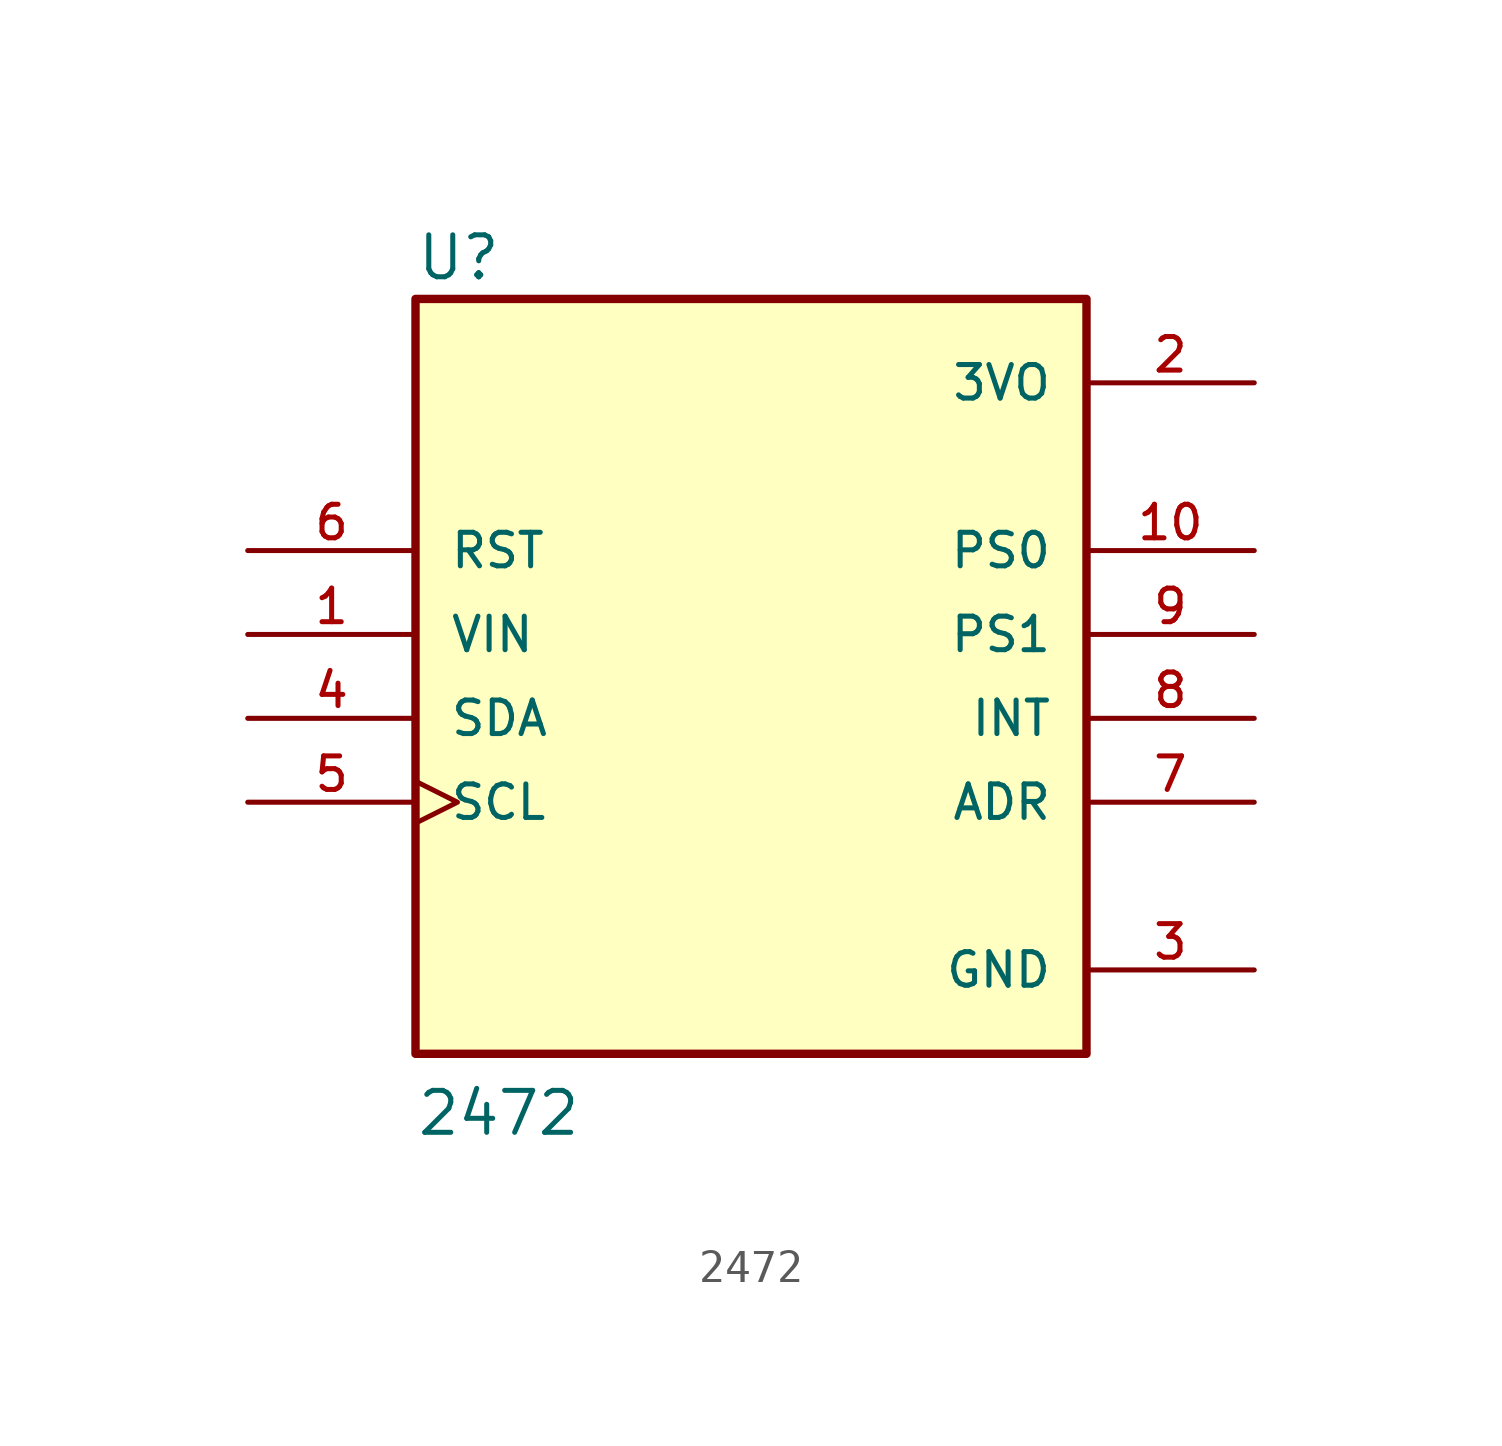
<source format=kicad_sym>
(kicad_symbol_lib
  (version 20241209)
  (generator "kicad_symbol_editor")
  (generator_version "9.0")
  (symbol "2472"
    (pin_names
      (offset 1.016))
    (property "Reference" "U"
      (at -10.16 13.208 0)
      (effects (font (size 1.27 1.27)) (justify left bottom)))
    (property "Value" "2472"
      (at -10.16 -12.7 0)
      (effects (font (size 1.27 1.27)) (justify left bottom)))
    (symbol "2472_0_0"
      (rectangle (start -10.16 -10.16) (end 10.16 12.7) (stroke (width 0.254) (type default)) (fill (type background)))
      (pin input line (at -15.24 5.08 0) (length 5.08) (name "RST" (effects (font (size 1.016 1.016)))) (number "6" (effects (font (size 1.016 1.016)))))
      (pin input line (at -15.24 2.54 0) (length 5.08) (name "VIN" (effects (font (size 1.016 1.016)))) (number "1" (effects (font (size 1.016 1.016)))))
      (pin bidirectional line (at -15.24 0 0) (length 5.08) (name "SDA" (effects (font (size 1.016 1.016)))) (number "4" (effects (font (size 1.016 1.016)))))
      (pin input clock (at -15.24 -2.54 0) (length 5.08) (name "SCL" (effects (font (size 1.016 1.016)))) (number "5" (effects (font (size 1.016 1.016)))))
      (pin power_in line (at 15.24 10.16 180) (length 5.08) (name "3VO" (effects (font (size 1.016 1.016)))) (number "2" (effects (font (size 1.016 1.016)))))
      (pin bidirectional line (at 15.24 5.08 180) (length 5.08) (name "PS0" (effects (font (size 1.016 1.016)))) (number "10" (effects (font (size 1.016 1.016)))))
      (pin bidirectional line (at 15.24 2.54 180) (length 5.08) (name "PS1" (effects (font (size 1.016 1.016)))) (number "9" (effects (font (size 1.016 1.016)))))
      (pin output line (at 15.24 0 180) (length 5.08) (name "INT" (effects (font (size 1.016 1.016)))) (number "8" (effects (font (size 1.016 1.016)))))
      (pin passive line (at 15.24 -2.54 180) (length 5.08) (name "ADR" (effects (font (size 1.016 1.016)))) (number "7" (effects (font (size 1.016 1.016)))))
      (pin power_in line (at 15.24 -7.62 180) (length 5.08) (name "GND" (effects (font (size 1.016 1.016)))) (number "3" (effects (font (size 1.016 1.016))))))))
</source>
